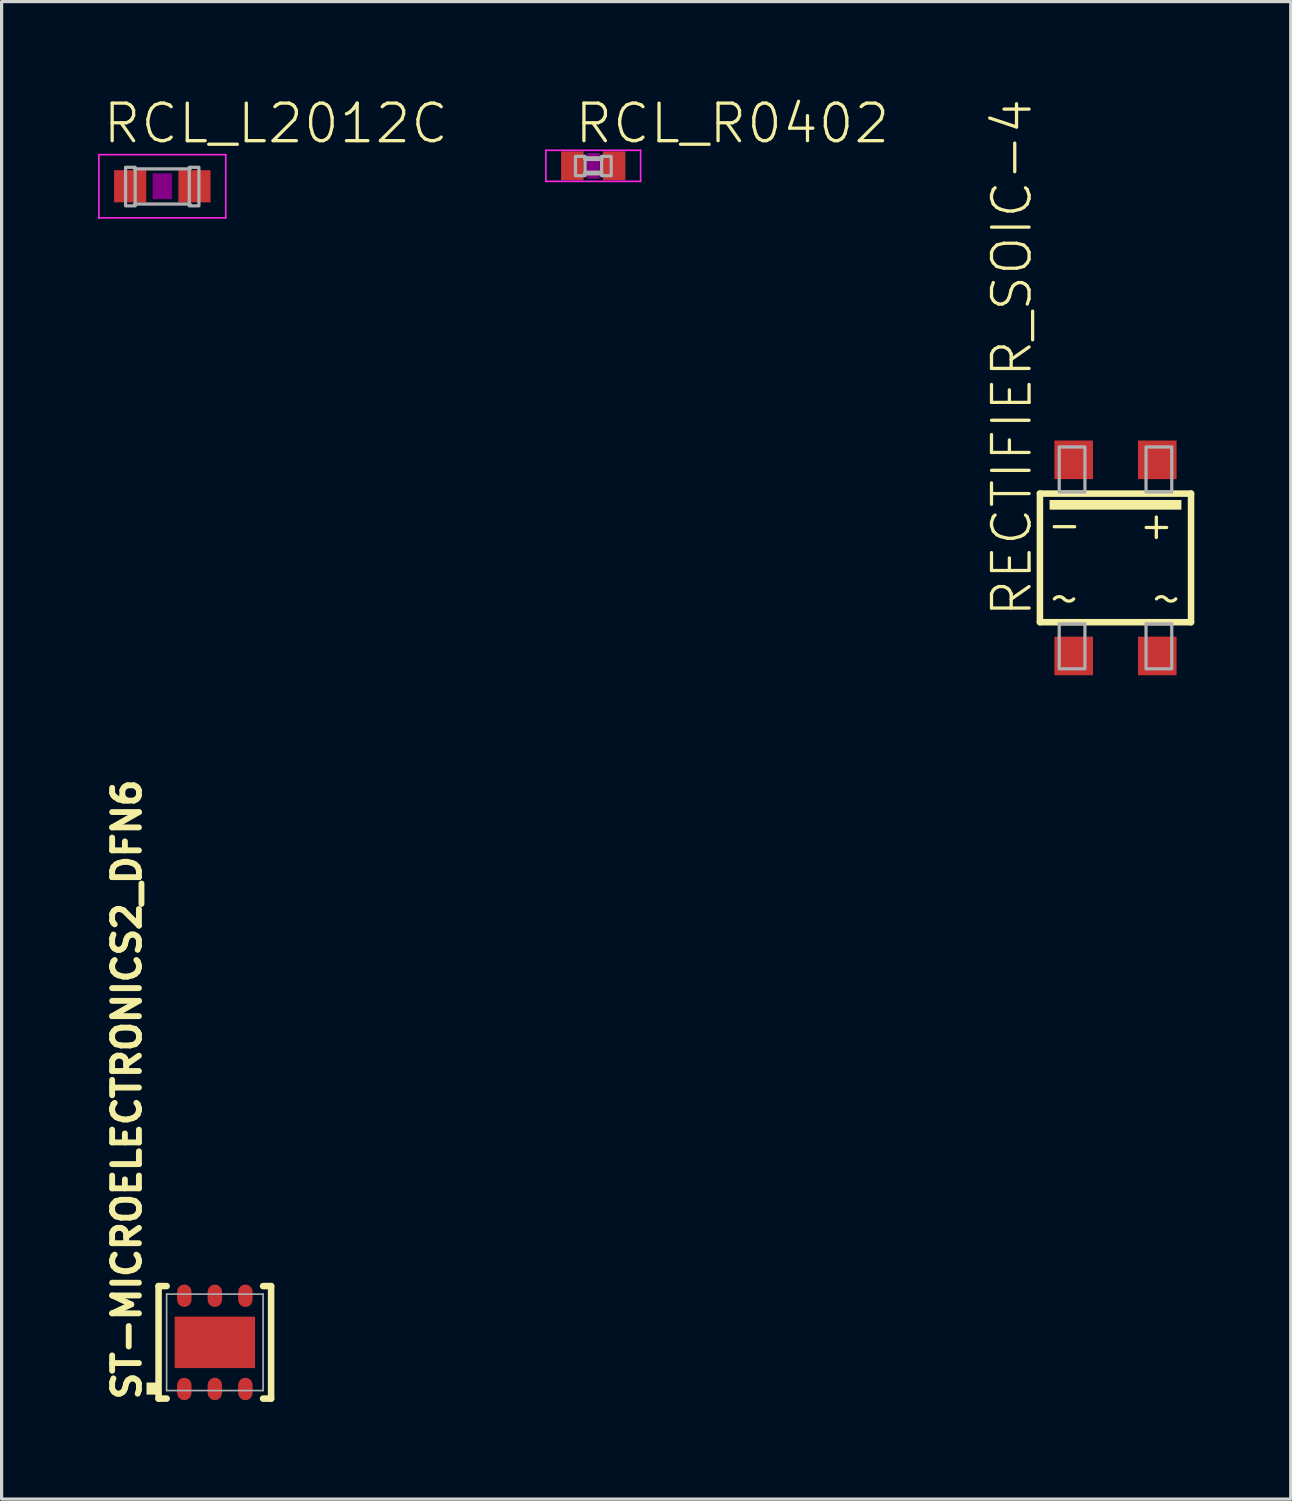
<source format=kicad_pcb>
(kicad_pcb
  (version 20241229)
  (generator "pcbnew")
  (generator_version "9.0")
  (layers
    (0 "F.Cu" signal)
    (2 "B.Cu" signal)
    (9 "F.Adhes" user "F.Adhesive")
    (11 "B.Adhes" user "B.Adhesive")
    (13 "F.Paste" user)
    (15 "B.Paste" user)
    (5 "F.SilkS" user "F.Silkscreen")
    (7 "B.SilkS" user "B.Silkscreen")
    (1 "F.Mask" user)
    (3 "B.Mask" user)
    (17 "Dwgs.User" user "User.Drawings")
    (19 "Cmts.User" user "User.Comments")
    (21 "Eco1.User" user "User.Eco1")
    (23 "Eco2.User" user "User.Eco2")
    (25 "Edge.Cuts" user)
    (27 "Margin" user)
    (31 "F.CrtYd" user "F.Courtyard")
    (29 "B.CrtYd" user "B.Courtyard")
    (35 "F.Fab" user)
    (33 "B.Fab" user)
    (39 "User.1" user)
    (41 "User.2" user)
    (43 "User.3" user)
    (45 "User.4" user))
  (footprint "RCL_R0402"
    (layer "F.Cu")
    (at 15.401 2.108)
    (property "Reference" "RCL_R0402" (at -0.635 -0.635 0) (unlocked yes) (layer "F.SilkS") (effects (font (size 1.168 1.168) (thickness 0.102)) (justify left bottom)))
    (fp_poly (pts (xy -0.2 0.4) (xy 0.2 0.4) (xy 0.2 -0.4) (xy -0.2 -0.4)) (stroke (width 0) (type default)) (fill yes) (layer "F.Adhes"))
    (fp_line (start -1.473 -0.483) (end 1.473 -0.483) (stroke (width 0.051) (type solid)) (layer "F.CrtYd"))
    (fp_line (start -1.473 0.483) (end -1.473 -0.483) (stroke (width 0.051) (type solid)) (layer "F.CrtYd"))
    (fp_line (start 1.473 -0.483) (end 1.473 0.483) (stroke (width 0.051) (type solid)) (layer "F.CrtYd"))
    (fp_line (start 1.473 0.483) (end -1.473 0.483) (stroke (width 0.051) (type solid)) (layer "F.CrtYd"))
    (fp_line (start -0.245 -0.224) (end 0.245 -0.224) (stroke (width 0.152) (type solid)) (layer "F.Fab"))
    (fp_line (start 0.245 0.224) (end -0.245 0.224) (stroke (width 0.152) (type solid)) (layer "F.Fab"))
    (fp_poly (pts (xy -0.554 0.305) (xy -0.254 0.305) (xy -0.254 -0.295) (xy -0.554 -0.295)) (stroke (width 0.1) (type default)) (fill no) (layer "F.Fab"))
    (fp_poly (pts (xy 0.259 0.305) (xy 0.559 0.305) (xy 0.559 -0.295) (xy 0.259 -0.295)) (stroke (width 0.1) (type default)) (fill no) (layer "F.Fab"))
    (pad "1" smd rect (at -0.65 0) (size 0.7 0.9) (layers "F.Cu" "F.Mask" "F.Paste"))
    (pad "2" smd rect (at 0.65 0) (size 0.7 0.9) (layers "F.Cu" "F.Mask" "F.Paste")))
  (footprint "ST-MICROELECTRONICS2_DFN6"
    (layer "F.Cu")
    (at 3.632 38.699)
    (property "Reference" "ST-MICROELECTRONICS2_DFN6" (at -2.25 1.875 90) (unlocked yes) (layer "F.SilkS") (effects (font (size 0.833 0.833) (thickness 0.183)) (justify left bottom)))
    (fp_line (start -1.75 -1.75) (end -1.75 1.75) (stroke (width 0.203) (type solid)) (layer "F.SilkS"))
    (fp_line (start -1.75 1.75) (end -1.5 1.75) (stroke (width 0.203) (type solid)) (layer "F.SilkS"))
    (fp_line (start -1.5 -1.75) (end -1.75 -1.75) (stroke (width 0.203) (type solid)) (layer "F.SilkS"))
    (fp_line (start 1.75 -1.75) (end 1.5 -1.75) (stroke (width 0.203) (type solid)) (layer "F.SilkS"))
    (fp_line (start 1.75 -1.75) (end 1.75 1.75) (stroke (width 0.203) (type solid)) (layer "F.SilkS"))
    (fp_line (start 1.75 1.75) (end 1.5 1.75) (stroke (width 0.203) (type solid)) (layer "F.SilkS"))
    (fp_poly (pts (xy -2.125 1.625) (xy -1.75 1.625) (xy -1.75 1.25) (xy -2.125 1.25)) (stroke (width 0) (type default)) (fill yes) (layer "F.SilkS"))
    (fp_line (start -1.5 -1.5) (end 1.5 -1.5) (stroke (width 0.051) (type solid)) (layer "F.Fab"))
    (fp_line (start -1.5 1.5) (end -1.5 -1.5) (stroke (width 0.051) (type solid)) (layer "F.Fab"))
    (fp_line (start 1.5 -1.5) (end 1.5 1.5) (stroke (width 0.051) (type solid)) (layer "F.Fab"))
    (fp_line (start 1.5 1.5) (end -1.5 1.5) (stroke (width 0.051) (type solid)) (layer "F.Fab"))
    (pad "1" smd roundrect (at -0.95 1.45 90) (size 0.7 0.45) (layers "F.Cu" "F.Mask" "F.Paste") (roundrect_rratio 0.5))
    (pad "2" smd roundrect (at 0 1.45 90) (size 0.7 0.45) (layers "F.Cu" "F.Mask" "F.Paste") (roundrect_rratio 0.5))
    (pad "3" smd roundrect (at 0.95 1.45 90) (size 0.7 0.45) (layers "F.Cu" "F.Mask" "F.Paste") (roundrect_rratio 0.5))
    (pad "4" smd roundrect (at 0.95 -1.45 90) (size 0.7 0.45) (layers "F.Cu" "F.Mask" "F.Paste") (roundrect_rratio 0.5))
    (pad "5" smd roundrect (at 0 -1.45 90) (size 0.7 0.45) (layers "F.Cu" "F.Mask" "F.Paste") (roundrect_rratio 0.5))
    (pad "6" smd roundrect (at -0.95 -1.45 90) (size 0.7 0.45) (layers "F.Cu" "F.Mask" "F.Paste") (roundrect_rratio 0.5))
    (pad "7" smd rect (at 0 0) (size 2.5 1.6) (layers "F.Cu" "F.Mask" "F.Paste")))
  (footprint "RCL_L2012C"
    (layer "F.Cu")
    (at 1.998 2.743)
    (property "Reference" "RCL_L2012C" (at -1.905 -1.27 0) (unlocked yes) (layer "F.SilkS") (effects (font (size 1.168 1.168) (thickness 0.102)) (justify left bottom)))
    (fp_poly (pts (xy -0.3 0.4) (xy 0.3 0.4) (xy 0.3 -0.4) (xy -0.3 -0.4)) (stroke (width 0) (type default)) (fill yes) (layer "F.Adhes"))
    (fp_line (start -1.973 -0.983) (end 1.973 -0.983) (stroke (width 0.051) (type solid)) (layer "F.CrtYd"))
    (fp_line (start -1.973 0.983) (end -1.973 -0.983) (stroke (width 0.051) (type solid)) (layer "F.CrtYd"))
    (fp_line (start 1.973 -0.983) (end 1.973 0.983) (stroke (width 0.051) (type solid)) (layer "F.CrtYd"))
    (fp_line (start 1.973 0.983) (end -1.973 0.983) (stroke (width 0.051) (type solid)) (layer "F.CrtYd"))
    (fp_line (start -0.864 -0.54) (end 0.864 -0.54) (stroke (width 0.102) (type solid)) (layer "F.Fab"))
    (fp_line (start -0.864 0.553) (end 0.864 0.553) (stroke (width 0.102) (type solid)) (layer "F.Fab"))
    (fp_poly (pts (xy -1.143 0.61) (xy -0.843 0.61) (xy -0.843 -0.59) (xy -1.143 -0.59)) (stroke (width 0.1) (type default)) (fill no) (layer "F.Fab"))
    (fp_poly (pts (xy 0.838 0.61) (xy 1.138 0.61) (xy 1.138 -0.59) (xy 0.838 -0.59)) (stroke (width 0.1) (type default)) (fill no) (layer "F.Fab"))
    (pad "1" smd rect (at -1 0) (size 1 1) (layers "F.Cu" "F.Mask" "F.Paste"))
    (pad "2" smd rect (at 1 0) (size 1 1) (layers "F.Cu" "F.Mask" "F.Paste")))
  (footprint "RECTIFIER_SOIC-4"
    (layer "F.Cu")
    (at 31.643 14.301)
    (property "Reference" "RECTIFIER_SOIC-4" (at -2.54 1.905 90) (unlocked yes) (layer "F.SilkS") (effects (font (size 1.168 1.168) (thickness 0.102)) (justify left bottom)))
    (fp_line (start -2.35 -2) (end 2.35 -2) (stroke (width 0.203) (type solid)) (layer "F.SilkS"))
    (fp_line (start -2.35 2) (end -2.35 -2) (stroke (width 0.203) (type solid)) (layer "F.SilkS"))
    (fp_line (start -1.905 -0.97) (end -1.27 -0.97) (stroke (width 0.102) (type solid)) (layer "F.SilkS"))
    (fp_line (start 0.955 -0.945) (end 1.59 -0.945) (stroke (width 0.102) (type solid)) (layer "F.SilkS"))
    (fp_line (start 1.27 -1.27) (end 1.27 -0.635) (stroke (width 0.102) (type solid)) (layer "F.SilkS"))
    (fp_line (start 2.35 -2) (end 2.35 2) (stroke (width 0.203) (type solid)) (layer "F.SilkS"))
    (fp_line (start 2.35 2) (end -2.35 2) (stroke (width 0.203) (type solid)) (layer "F.SilkS"))
    (fp_arc (start -1.9 1.275) (mid -1.75 1.205102) (end -1.6 1.275) (stroke (width 0.1016) (type solid)) (layer "F.SilkS"))
    (fp_arc (start -1.3 1.275) (mid -1.450001 1.344898) (end -1.600001 1.274999) (stroke (width 0.1016) (type solid)) (layer "F.SilkS"))
    (fp_arc (start 1.275 1.275) (mid 1.425 1.205102) (end 1.575 1.275) (stroke (width 0.1016) (type solid)) (layer "F.SilkS"))
    (fp_arc (start 1.875 1.275) (mid 1.724999 1.344898) (end 1.574999 1.274999) (stroke (width 0.1016) (type solid)) (layer "F.SilkS"))
    (fp_poly (pts (xy -2.05 -1.5) (xy 2.05 -1.5) (xy 2.05 -1.8) (xy -2.05 -1.8)) (stroke (width 0) (type default)) (fill yes) (layer "F.SilkS"))
    (fp_poly (pts (xy -1.75 -2.05) (xy -0.95 -2.05) (xy -0.95 -3.45) (xy -1.75 -3.45)) (stroke (width 0.1) (type default)) (fill no) (layer "F.Fab"))
    (fp_poly (pts (xy -0.95 2.05) (xy -1.75 2.05) (xy -1.75 3.45) (xy -0.95 3.45)) (stroke (width 0.1) (type default)) (fill no) (layer "F.Fab"))
    (fp_poly (pts (xy 0.95 -2.05) (xy 1.75 -2.05) (xy 1.75 -3.45) (xy 0.95 -3.45)) (stroke (width 0.1) (type default)) (fill no) (layer "F.Fab"))
    (fp_poly (pts (xy 1.75 2.05) (xy 0.95 2.05) (xy 0.95 3.45) (xy 1.75 3.45)) (stroke (width 0.1) (type default)) (fill no) (layer "F.Fab"))
    (pad "+" smd rect (at 1.3 -3.05) (size 1.2 1.2) (layers "F.Cu" "F.Mask" "F.Paste"))
    (pad "-" smd rect (at -1.3 -3.05) (size 1.2 1.2) (layers "F.Cu" "F.Mask" "F.Paste"))
    (pad "~1" smd rect (at -1.3 3.05 180) (size 1.2 1.2) (layers "F.Cu" "F.Mask" "F.Paste"))
    (pad "~2" smd rect (at 1.3 3.05 180) (size 1.2 1.2) (layers "F.Cu" "F.Mask" "F.Paste")))
  (gr_rect
    (start -3 -3)
    (end 37.094 43.574)
    (stroke (width 0.1) (type default))
    (fill no)
    (layer "Edge.Cuts")))
</source>
